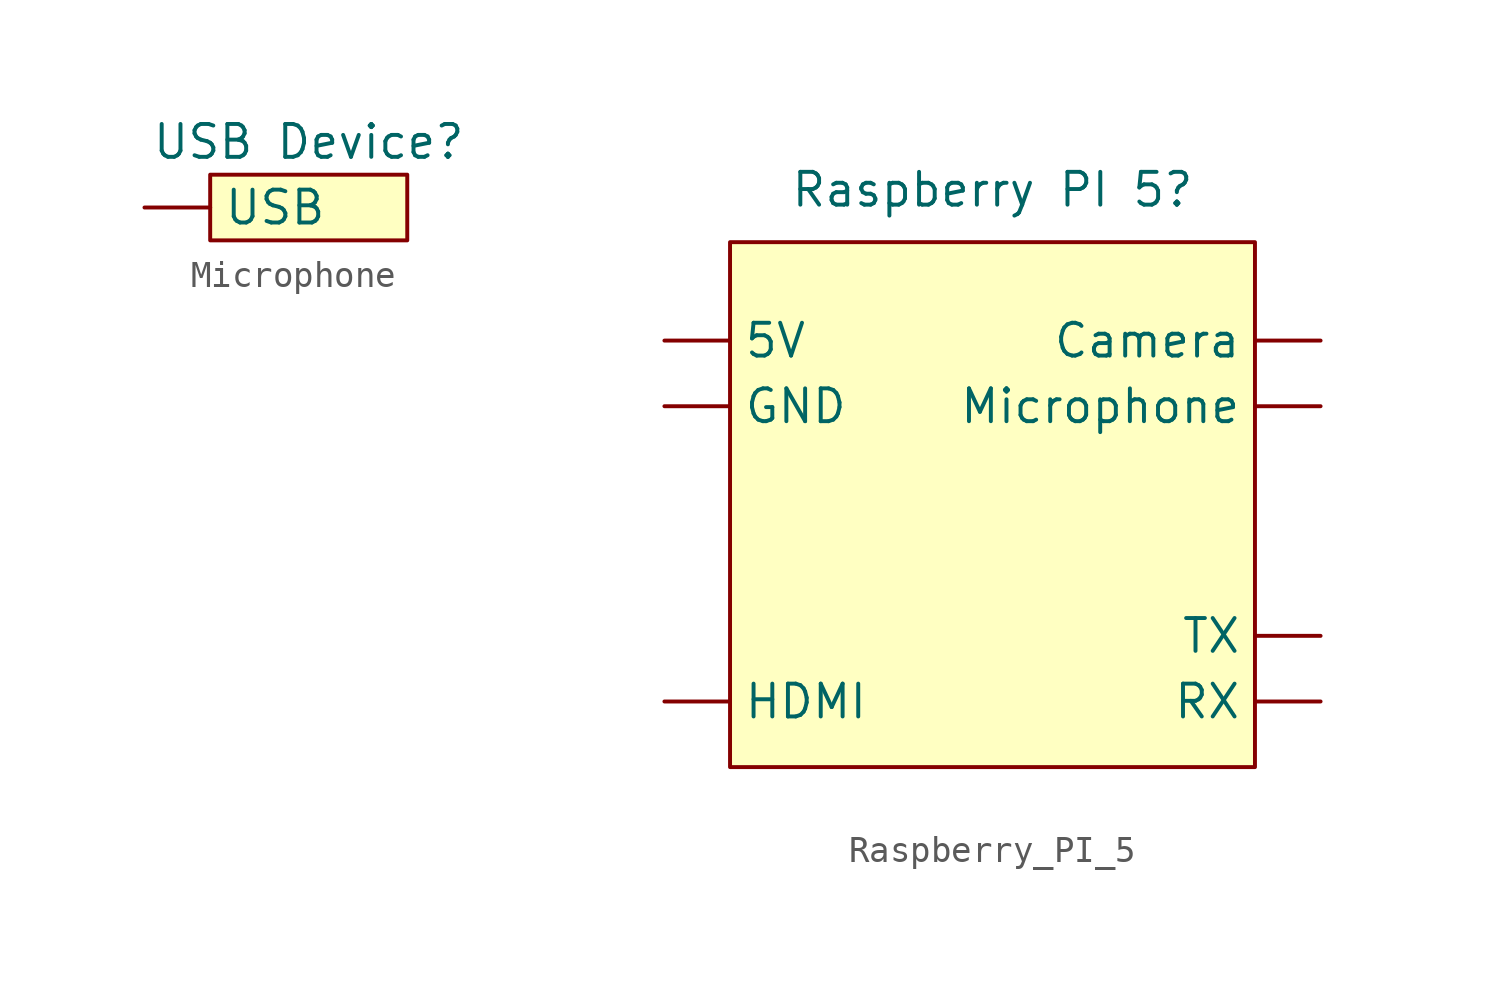
<source format=kicad_sym>
(kicad_symbol_lib
  (version 20231120)
  (generator "kicad_symbol_editor")
  (generator_version "8.0")
  (symbol "Microphone"
    (property "Reference" "USB Device"
      (at 0 2.54 0)
      (effects (font (size 1.27 1.27))))
    (property "Value" ""
      (at 0 0 0)
      (effects (font (size 1.27 1.27))))
    (symbol "Microphone_1_1"
      (rectangle (start -3.81 1.27) (end 3.81 -1.27) (stroke (width 0) (type default)) (fill (type background)))
      (pin input line (at -6.35 0 0) (length 2.54) (name "USB" (effects (font (size 1.27 1.27)))) (number "" (effects (font (size 1.27 1.27)))))))
  (symbol "Raspberry_PI_5"
    (property "Reference" "Raspberry PI 5"
      (at 0 12.192 0)
      (effects (font (size 1.27 1.27))))
    (property "Value" ""
      (at 0 0 0)
      (effects (font (size 1.27 1.27))))
    (symbol "Raspberry_PI_5_1_1"
      (rectangle (start -10.16 10.16) (end 10.16 -10.16) (stroke (width 0) (type default)) (fill (type background)))
      (pin input line (at -12.7 6.35 0) (length 2.54) (name "5V" (effects (font (size 1.27 1.27)))) (number "" (effects (font (size 1.27 1.27)))))
      (pin input line (at 12.7 6.35 180) (length 2.54) (name "Camera" (effects (font (size 1.27 1.27)))) (number "" (effects (font (size 1.27 1.27)))))
      (pin input line (at -12.7 3.81 0) (length 2.54) (name "GND" (effects (font (size 1.27 1.27)))) (number "" (effects (font (size 1.27 1.27)))))
      (pin input line (at -12.7 -7.62 0) (length 2.54) (name "HDMI" (effects (font (size 1.27 1.27)))) (number "" (effects (font (size 1.27 1.27)))))
      (pin input line (at 12.7 3.81 180) (length 2.54) (name "Microphone" (effects (font (size 1.27 1.27)))) (number "" (effects (font (size 1.27 1.27)))))
      (pin input line (at 12.7 -7.62 180) (length 2.54) (name "RX" (effects (font (size 1.27 1.27)))) (number "" (effects (font (size 1.27 1.27)))))
      (pin input line (at 12.7 -5.08 180) (length 2.54) (name "TX" (effects (font (size 1.27 1.27)))) (number "" (effects (font (size 1.27 1.27))))))))
</source>
